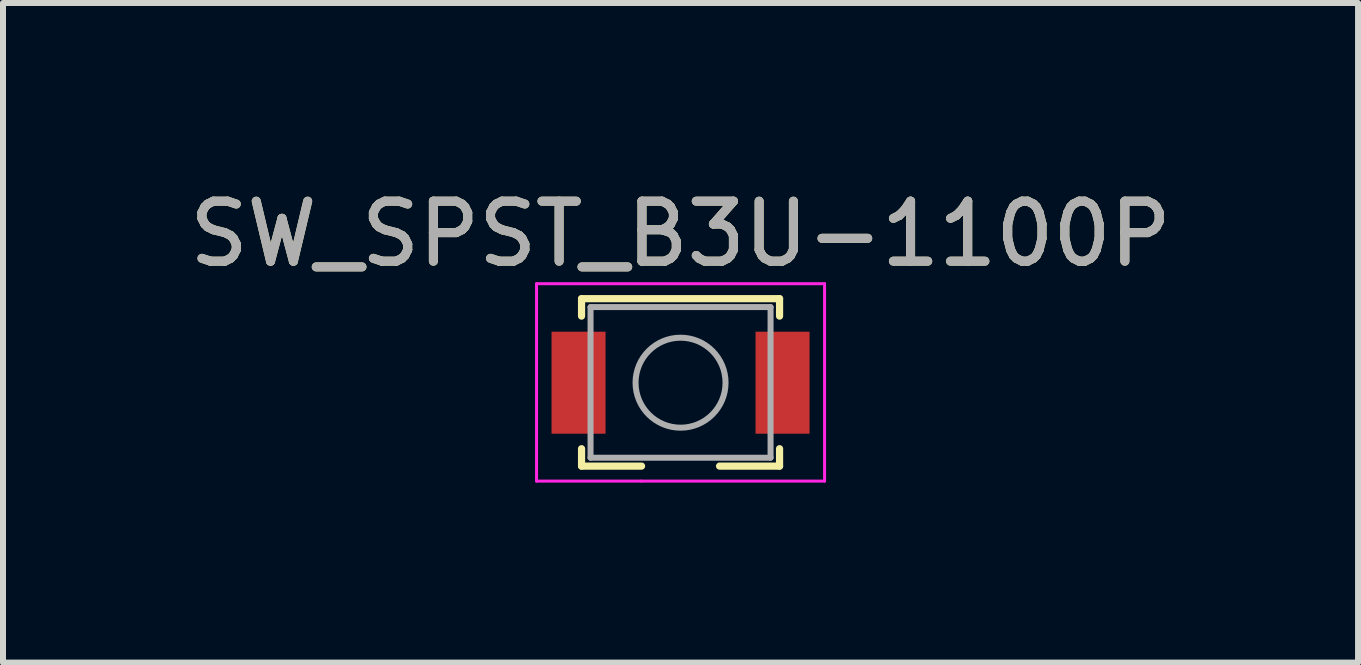
<source format=kicad_pcb>
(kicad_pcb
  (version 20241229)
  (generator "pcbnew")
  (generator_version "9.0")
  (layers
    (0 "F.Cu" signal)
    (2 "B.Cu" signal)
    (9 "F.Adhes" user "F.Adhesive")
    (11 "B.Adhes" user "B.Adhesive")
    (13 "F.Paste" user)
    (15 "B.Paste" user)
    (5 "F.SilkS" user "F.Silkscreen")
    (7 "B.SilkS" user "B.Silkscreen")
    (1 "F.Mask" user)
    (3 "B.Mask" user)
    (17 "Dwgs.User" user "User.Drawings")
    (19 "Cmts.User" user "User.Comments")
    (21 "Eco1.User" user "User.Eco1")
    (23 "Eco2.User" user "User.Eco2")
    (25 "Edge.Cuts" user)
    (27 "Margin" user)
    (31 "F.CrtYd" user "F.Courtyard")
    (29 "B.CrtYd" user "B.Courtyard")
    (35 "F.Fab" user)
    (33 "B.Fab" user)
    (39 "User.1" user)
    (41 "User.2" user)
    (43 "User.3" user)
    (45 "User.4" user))
  (footprint "SW_SPST_B3U-1100P"
    (layer "F.Cu")
    (at 8.292 4.148)
    (property "Reference" "SW_SPST_B3U-1100P" (at 0 -3.3 0) (layer "F.SilkS") (effects (font (size 1 1) (thickness 0.15))))
    (attr smd)
    (fp_line (start -1.65 -2.22) (end 1.65 -2.22) (stroke (width 0.12) (type solid)) (layer "F.SilkS"))
    (fp_line (start -1.65 -1.93) (end -1.65 -2.22) (stroke (width 0.12) (type solid)) (layer "F.SilkS"))
    (fp_line (start -1.65 0.28) (end -1.65 0.57) (stroke (width 0.12) (type solid)) (layer "F.SilkS"))
    (fp_line (start -1.65 0.57) (end -0.65 0.57) (stroke (width 0.12) (type solid)) (layer "F.SilkS"))
    (fp_line (start 1.65 -2.22) (end 1.65 -1.93) (stroke (width 0.12) (type solid)) (layer "F.SilkS"))
    (fp_line (start 1.65 0.57) (end 0.65 0.57) (stroke (width 0.12) (type solid)) (layer "F.SilkS"))
    (fp_line (start 1.65 0.57) (end 1.65 0.28) (stroke (width 0.12) (type solid)) (layer "F.SilkS"))
    (fp_line (start -2.4 -2.47) (end -2.4 0.82) (stroke (width 0.05) (type solid)) (layer "F.CrtYd"))
    (fp_line (start -2.4 0.82) (end -0.65 0.82) (stroke (width 0.05) (type solid)) (layer "F.CrtYd"))
    (fp_line (start -0.65 0.82) (end 2.4 0.82) (stroke (width 0.05) (type solid)) (layer "F.CrtYd"))
    (fp_line (start 2.4 -2.47) (end -2.4 -2.47) (stroke (width 0.05) (type solid)) (layer "F.CrtYd"))
    (fp_line (start 2.4 0.82) (end 2.4 -2.47) (stroke (width 0.05) (type solid)) (layer "F.CrtYd"))
    (fp_line (start -1.5 -2.08) (end 1.5 -2.08) (stroke (width 0.1) (type solid)) (layer "F.Fab"))
    (fp_line (start -1.5 0.43) (end -1.5 -2.08) (stroke (width 0.1) (type solid)) (layer "F.Fab"))
    (fp_line (start 1.5 -2.08) (end 1.5 0.43) (stroke (width 0.1) (type solid)) (layer "F.Fab"))
    (fp_line (start 1.5 0.43) (end -1.5 0.43) (stroke (width 0.1) (type solid)) (layer "F.Fab"))
    (fp_circle (center 0 -0.82) (end 0.75 -0.82) (stroke (width 0.1) (type solid)) (fill no) (layer "F.Fab"))
    (fp_text user "${REFERENCE}" (at 0 -3.3 0) (layer "F.Fab") (effects (font (size 1 1) (thickness 0.15))))
    (pad "1" smd rect (at -1.7 -0.82) (size 0.9 1.7) (layers "F.Cu" "F.Mask" "F.Paste"))
    (pad "2" smd rect (at 1.7 -0.82) (size 0.9 1.7) (layers "F.Cu" "F.Mask" "F.Paste")))
  (gr_rect
    (start -3 -3)
    (end 19.583 7.993)
    (stroke (width 0.1) (type default))
    (fill no)
    (layer "Edge.Cuts")))
</source>
